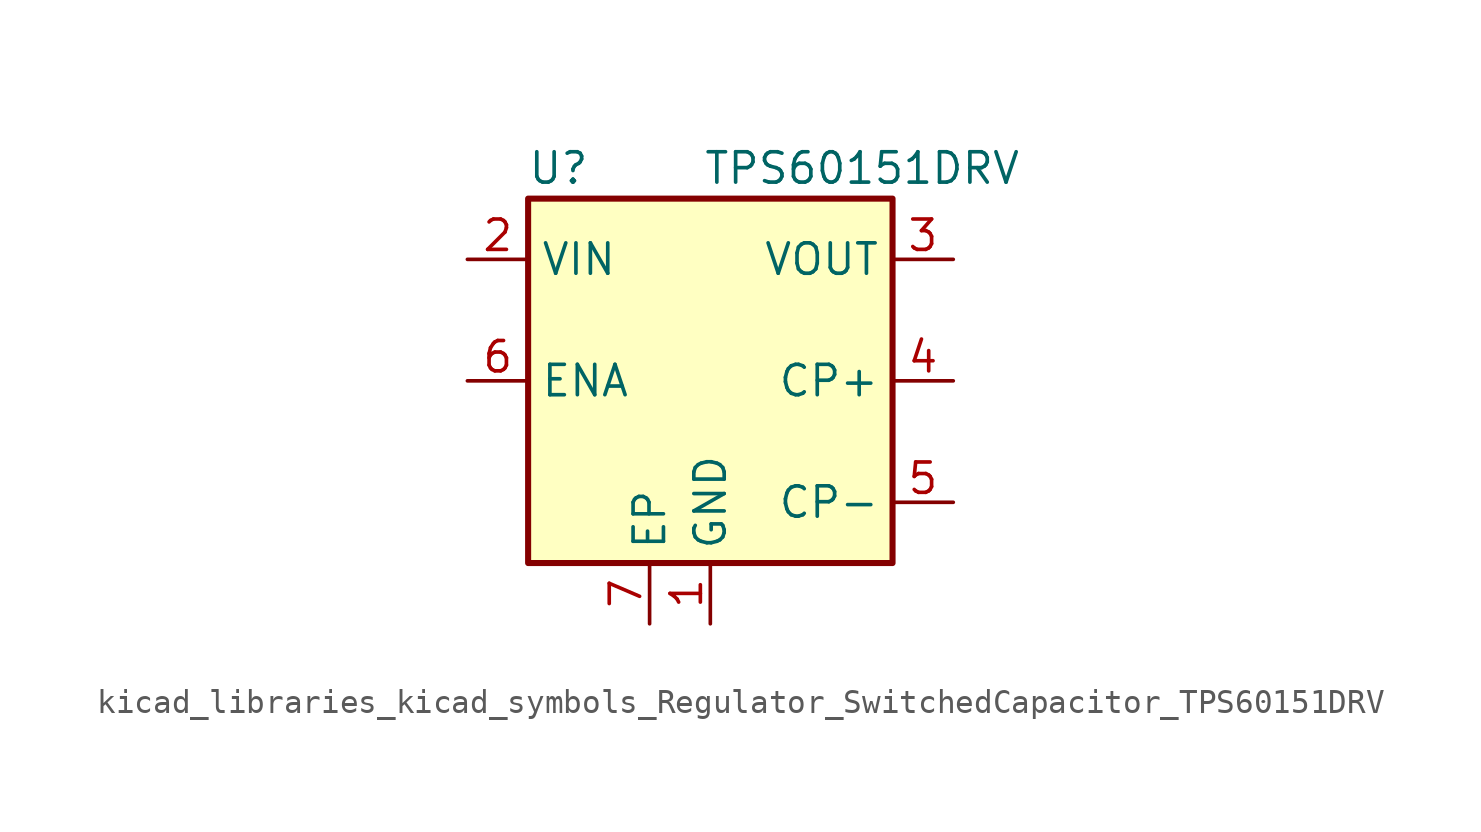
<source format=kicad_sym>
(kicad_symbol_lib
  (version 20220914)
  (generator kicad_symbol_editor)
  (symbol "kicad_libraries_kicad_symbols_Regulator_SwitchedCapacitor_TPS60151DRV"
    (property "Reference" "U"
      (at -6.35 8.89 0)
      (effects (font (size 1.27 1.27))))
    (property "Value" "TPS60151DRV"
      (at 6.35 8.89 0)
      (effects (font (size 1.27 1.27))))
    (symbol "kicad_libraries_kicad_symbols_Regulator_SwitchedCapacitor_TPS60151DRV_0_1"
      (rectangle (start -7.62 7.62) (end 7.62 -7.62) (stroke (width 0.254) (type default)) (fill (type background))))
    (symbol "kicad_libraries_kicad_symbols_Regulator_SwitchedCapacitor_TPS60151DRV_1_1"
      (pin power_in line (at 0 -10.16 90) (length 2.54) (name "GND" (effects (font (size 1.27 1.27)))) (number "1" (effects (font (size 1.27 1.27)))))
      (pin power_in line (at -10.16 5.08 0) (length 2.54) (name "VIN" (effects (font (size 1.27 1.27)))) (number "2" (effects (font (size 1.27 1.27)))))
      (pin power_out line (at 10.16 5.08 180) (length 2.54) (name "VOUT" (effects (font (size 1.27 1.27)))) (number "3" (effects (font (size 1.27 1.27)))))
      (pin passive line (at 10.16 0 180) (length 2.54) (name "CP+" (effects (font (size 1.27 1.27)))) (number "4" (effects (font (size 1.27 1.27)))))
      (pin passive line (at 10.16 -5.08 180) (length 2.54) (name "CP-" (effects (font (size 1.27 1.27)))) (number "5" (effects (font (size 1.27 1.27)))))
      (pin input line (at -10.16 0 0) (length 2.54) (name "ENA" (effects (font (size 1.27 1.27)))) (number "6" (effects (font (size 1.27 1.27)))))
      (pin passive line (at -2.54 -10.16 90) (length 2.54) (name "EP" (effects (font (size 1.27 1.27)))) (number "7" (effects (font (size 1.27 1.27))))))))
</source>
